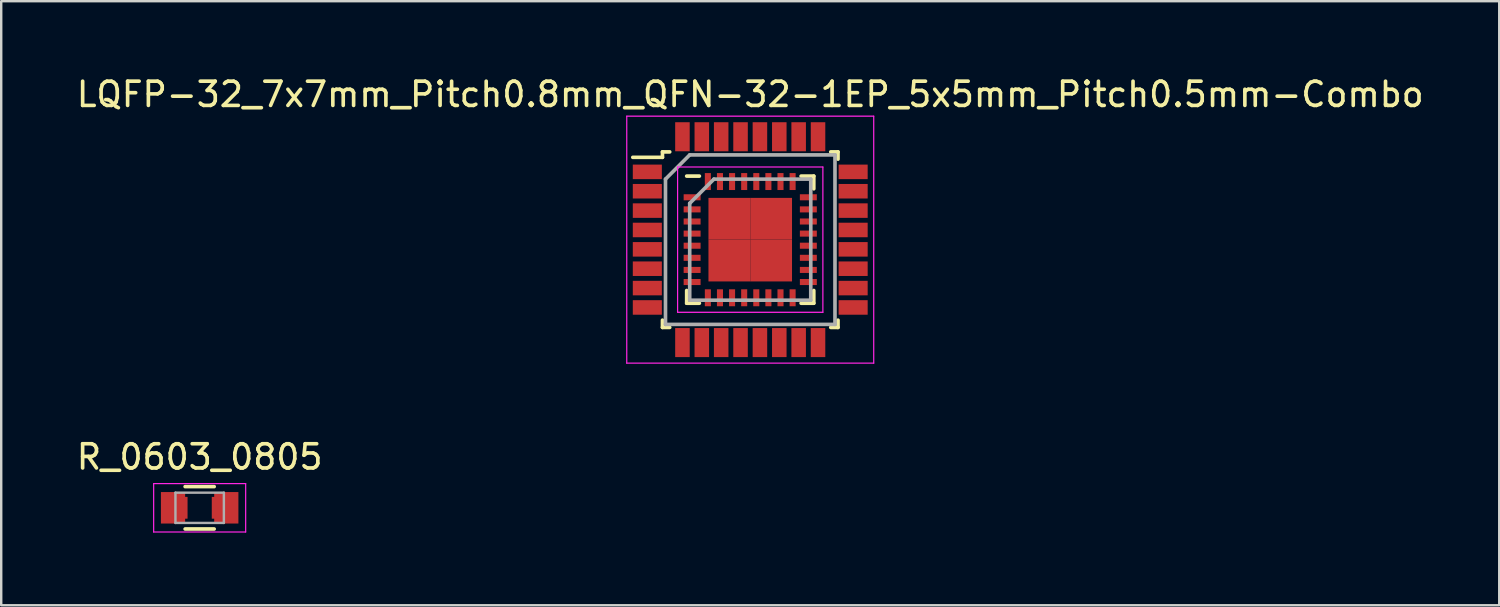
<source format=kicad_pcb>
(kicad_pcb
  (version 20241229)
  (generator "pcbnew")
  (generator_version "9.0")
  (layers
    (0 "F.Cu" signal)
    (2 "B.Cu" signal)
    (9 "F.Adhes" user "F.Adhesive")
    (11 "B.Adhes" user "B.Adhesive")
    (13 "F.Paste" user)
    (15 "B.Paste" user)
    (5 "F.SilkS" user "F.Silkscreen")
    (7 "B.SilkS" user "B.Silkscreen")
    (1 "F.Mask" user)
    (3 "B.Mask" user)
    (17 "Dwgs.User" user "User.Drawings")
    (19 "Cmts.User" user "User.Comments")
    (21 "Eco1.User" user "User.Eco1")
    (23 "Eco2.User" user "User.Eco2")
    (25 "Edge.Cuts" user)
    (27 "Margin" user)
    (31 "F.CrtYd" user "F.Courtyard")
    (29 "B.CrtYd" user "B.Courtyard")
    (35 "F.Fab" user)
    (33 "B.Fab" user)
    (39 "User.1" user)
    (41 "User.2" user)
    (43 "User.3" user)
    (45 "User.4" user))
  (footprint "LQFP-32_7x7mm_Pitch0.8mm_QFN-32-1EP_5x5mm_Pitch0.5mm-Combo"
    (layer "F.Cu")
    (at 27.935 6.848)
    (property "Reference" "LQFP-32_7x7mm_Pitch0.8mm_QFN-32-1EP_5x5mm_Pitch0.5mm-Combo" (at 0 -6 0) (layer "F.SilkS") (effects (font (size 1 1) (thickness 0.15))))
    (attr smd)
    (fp_line (start -3.625 -3.625) (end -3.625 -3.4) (stroke (width 0.15) (type solid)) (layer "F.SilkS"))
    (fp_line (start -3.625 -3.625) (end -3.325 -3.625) (stroke (width 0.15) (type solid)) (layer "F.SilkS"))
    (fp_line (start -3.625 -3.4) (end -4.85 -3.4) (stroke (width 0.15) (type solid)) (layer "F.SilkS"))
    (fp_line (start -3.625 3.625) (end -3.625 3.325) (stroke (width 0.15) (type solid)) (layer "F.SilkS"))
    (fp_line (start -3.625 3.625) (end -3.325 3.625) (stroke (width 0.15) (type solid)) (layer "F.SilkS"))
    (fp_line (start -2.625 -2.625) (end -2.1 -2.625) (stroke (width 0.15) (type solid)) (layer "F.SilkS"))
    (fp_line (start -2.625 2.625) (end -2.625 2.1) (stroke (width 0.15) (type solid)) (layer "F.SilkS"))
    (fp_line (start -2.625 2.625) (end -2.1 2.625) (stroke (width 0.15) (type solid)) (layer "F.SilkS"))
    (fp_line (start 2.625 -2.625) (end 2.1 -2.625) (stroke (width 0.15) (type solid)) (layer "F.SilkS"))
    (fp_line (start 2.625 -2.625) (end 2.625 -2.1) (stroke (width 0.15) (type solid)) (layer "F.SilkS"))
    (fp_line (start 2.625 2.625) (end 2.1 2.625) (stroke (width 0.15) (type solid)) (layer "F.SilkS"))
    (fp_line (start 2.625 2.625) (end 2.625 2.1) (stroke (width 0.15) (type solid)) (layer "F.SilkS"))
    (fp_line (start 3.625 -3.625) (end 3.325 -3.625) (stroke (width 0.15) (type solid)) (layer "F.SilkS"))
    (fp_line (start 3.625 -3.625) (end 3.625 -3.325) (stroke (width 0.15) (type solid)) (layer "F.SilkS"))
    (fp_line (start 3.625 3.625) (end 3.325 3.625) (stroke (width 0.15) (type solid)) (layer "F.SilkS"))
    (fp_line (start 3.625 3.625) (end 3.625 3.325) (stroke (width 0.15) (type solid)) (layer "F.SilkS"))
    (fp_line (start -5.1 -5.1) (end -5.1 5.1) (stroke (width 0.05) (type solid)) (layer "F.CrtYd"))
    (fp_line (start -5.1 -5.1) (end 5.1 -5.1) (stroke (width 0.05) (type solid)) (layer "F.CrtYd"))
    (fp_line (start -5.1 5.1) (end 5.1 5.1) (stroke (width 0.05) (type solid)) (layer "F.CrtYd"))
    (fp_line (start -3 -3) (end -3 3) (stroke (width 0.05) (type solid)) (layer "F.CrtYd"))
    (fp_line (start -3 -3) (end 3 -3) (stroke (width 0.05) (type solid)) (layer "F.CrtYd"))
    (fp_line (start -3 3) (end 3 3) (stroke (width 0.05) (type solid)) (layer "F.CrtYd"))
    (fp_line (start 3 -3) (end 3 3) (stroke (width 0.05) (type solid)) (layer "F.CrtYd"))
    (fp_line (start 5.1 -5.1) (end 5.1 5.1) (stroke (width 0.05) (type solid)) (layer "F.CrtYd"))
    (fp_line (start -3.5 -2.5) (end -2.5 -3.5) (stroke (width 0.15) (type solid)) (layer "F.Fab"))
    (fp_line (start -3.5 3.5) (end -3.5 -2.5) (stroke (width 0.15) (type solid)) (layer "F.Fab"))
    (fp_line (start -2.5 -3.5) (end 3.5 -3.5) (stroke (width 0.15) (type solid)) (layer "F.Fab"))
    (fp_line (start -2.5 -1.5) (end -1.5 -2.5) (stroke (width 0.15) (type solid)) (layer "F.Fab"))
    (fp_line (start -2.5 2.5) (end -2.5 -1.5) (stroke (width 0.15) (type solid)) (layer "F.Fab"))
    (fp_line (start -1.5 -2.5) (end 2.5 -2.5) (stroke (width 0.15) (type solid)) (layer "F.Fab"))
    (fp_line (start 2.5 -2.5) (end 2.5 2.5) (stroke (width 0.15) (type solid)) (layer "F.Fab"))
    (fp_line (start 2.5 2.5) (end -2.5 2.5) (stroke (width 0.15) (type solid)) (layer "F.Fab"))
    (fp_line (start 3.5 -3.5) (end 3.5 3.5) (stroke (width 0.15) (type solid)) (layer "F.Fab"))
    (fp_line (start 3.5 3.5) (end -3.5 3.5) (stroke (width 0.15) (type solid)) (layer "F.Fab"))
    (pad "1" smd rect (at -4.25 -2.8) (size 1.2 0.6) (layers "F.Cu" "F.Mask" "F.Paste"))
    (pad "1" smd rect (at -2.4 -1.75) (size 0.7 0.25) (layers "F.Cu" "F.Mask" "F.Paste"))
    (pad "2" smd rect (at -4.25 -2) (size 1.2 0.6) (layers "F.Cu" "F.Mask" "F.Paste"))
    (pad "2" smd rect (at -2.4 -1.25) (size 0.7 0.25) (layers "F.Cu" "F.Mask" "F.Paste"))
    (pad "3" smd rect (at -4.25 -1.2) (size 1.2 0.6) (layers "F.Cu" "F.Mask" "F.Paste"))
    (pad "3" smd rect (at -2.4 -0.75) (size 0.7 0.25) (layers "F.Cu" "F.Mask" "F.Paste"))
    (pad "4" smd rect (at -4.25 -0.4) (size 1.2 0.6) (layers "F.Cu" "F.Mask" "F.Paste"))
    (pad "4" smd rect (at -2.4 -0.25) (size 0.7 0.25) (layers "F.Cu" "F.Mask" "F.Paste"))
    (pad "5" smd rect (at -4.25 0.4) (size 1.2 0.6) (layers "F.Cu" "F.Mask" "F.Paste"))
    (pad "5" smd rect (at -2.4 0.25) (size 0.7 0.25) (layers "F.Cu" "F.Mask" "F.Paste"))
    (pad "6" smd rect (at -4.25 1.2) (size 1.2 0.6) (layers "F.Cu" "F.Mask" "F.Paste"))
    (pad "6" smd rect (at -2.4 0.75) (size 0.7 0.25) (layers "F.Cu" "F.Mask" "F.Paste"))
    (pad "7" smd rect (at -4.25 2) (size 1.2 0.6) (layers "F.Cu" "F.Mask" "F.Paste"))
    (pad "7" smd rect (at -2.4 1.25) (size 0.7 0.25) (layers "F.Cu" "F.Mask" "F.Paste"))
    (pad "8" smd rect (at -4.25 2.8) (size 1.2 0.6) (layers "F.Cu" "F.Mask" "F.Paste"))
    (pad "8" smd rect (at -2.4 1.75) (size 0.7 0.25) (layers "F.Cu" "F.Mask" "F.Paste"))
    (pad "9" smd rect (at -2.8 4.25 90) (size 1.2 0.6) (layers "F.Cu" "F.Mask" "F.Paste"))
    (pad "9" smd rect (at -1.75 2.4 90) (size 0.7 0.25) (layers "F.Cu" "F.Mask" "F.Paste"))
    (pad "10" smd rect (at -2 4.25 90) (size 1.2 0.6) (layers "F.Cu" "F.Mask" "F.Paste"))
    (pad "10" smd rect (at -1.25 2.4 90) (size 0.7 0.25) (layers "F.Cu" "F.Mask" "F.Paste"))
    (pad "11" smd rect (at -1.2 4.25 90) (size 1.2 0.6) (layers "F.Cu" "F.Mask" "F.Paste"))
    (pad "11" smd rect (at -0.75 2.4 90) (size 0.7 0.25) (layers "F.Cu" "F.Mask" "F.Paste"))
    (pad "12" smd rect (at -0.4 4.25 90) (size 1.2 0.6) (layers "F.Cu" "F.Mask" "F.Paste"))
    (pad "12" smd rect (at -0.25 2.4 90) (size 0.7 0.25) (layers "F.Cu" "F.Mask" "F.Paste"))
    (pad "13" smd rect (at 0.25 2.4 90) (size 0.7 0.25) (layers "F.Cu" "F.Mask" "F.Paste"))
    (pad "13" smd rect (at 0.4 4.25 90) (size 1.2 0.6) (layers "F.Cu" "F.Mask" "F.Paste"))
    (pad "14" smd rect (at 0.75 2.4 90) (size 0.7 0.25) (layers "F.Cu" "F.Mask" "F.Paste"))
    (pad "14" smd rect (at 1.2 4.25 90) (size 1.2 0.6) (layers "F.Cu" "F.Mask" "F.Paste"))
    (pad "15" smd rect (at 1.25 2.4 90) (size 0.7 0.25) (layers "F.Cu" "F.Mask" "F.Paste"))
    (pad "15" smd rect (at 2 4.25 90) (size 1.2 0.6) (layers "F.Cu" "F.Mask" "F.Paste"))
    (pad "16" smd rect (at 1.75 2.4 90) (size 0.7 0.25) (layers "F.Cu" "F.Mask" "F.Paste"))
    (pad "16" smd rect (at 2.8 4.25 90) (size 1.2 0.6) (layers "F.Cu" "F.Mask" "F.Paste"))
    (pad "17" smd rect (at 2.4 1.75) (size 0.7 0.25) (layers "F.Cu" "F.Mask" "F.Paste"))
    (pad "17" smd rect (at 4.25 2.8) (size 1.2 0.6) (layers "F.Cu" "F.Mask" "F.Paste"))
    (pad "18" smd rect (at 2.4 1.25) (size 0.7 0.25) (layers "F.Cu" "F.Mask" "F.Paste"))
    (pad "18" smd rect (at 4.25 2) (size 1.2 0.6) (layers "F.Cu" "F.Mask" "F.Paste"))
    (pad "19" smd rect (at 2.4 0.75) (size 0.7 0.25) (layers "F.Cu" "F.Mask" "F.Paste"))
    (pad "19" smd rect (at 4.25 1.2) (size 1.2 0.6) (layers "F.Cu" "F.Mask" "F.Paste"))
    (pad "20" smd rect (at 2.4 0.25) (size 0.7 0.25) (layers "F.Cu" "F.Mask" "F.Paste"))
    (pad "20" smd rect (at 4.25 0.4) (size 1.2 0.6) (layers "F.Cu" "F.Mask" "F.Paste"))
    (pad "21" smd rect (at 2.4 -0.25) (size 0.7 0.25) (layers "F.Cu" "F.Mask" "F.Paste"))
    (pad "21" smd rect (at 4.25 -0.4) (size 1.2 0.6) (layers "F.Cu" "F.Mask" "F.Paste"))
    (pad "22" smd rect (at 2.4 -0.75) (size 0.7 0.25) (layers "F.Cu" "F.Mask" "F.Paste"))
    (pad "22" smd rect (at 4.25 -1.2) (size 1.2 0.6) (layers "F.Cu" "F.Mask" "F.Paste"))
    (pad "23" smd rect (at 2.4 -1.25) (size 0.7 0.25) (layers "F.Cu" "F.Mask" "F.Paste"))
    (pad "23" smd rect (at 4.25 -2) (size 1.2 0.6) (layers "F.Cu" "F.Mask" "F.Paste"))
    (pad "24" smd rect (at 2.4 -1.75) (size 0.7 0.25) (layers "F.Cu" "F.Mask" "F.Paste"))
    (pad "24" smd rect (at 4.25 -2.8) (size 1.2 0.6) (layers "F.Cu" "F.Mask" "F.Paste"))
    (pad "25" smd rect (at 1.75 -2.4 90) (size 0.7 0.25) (layers "F.Cu" "F.Mask" "F.Paste"))
    (pad "25" smd rect (at 2.8 -4.25 90) (size 1.2 0.6) (layers "F.Cu" "F.Mask" "F.Paste"))
    (pad "26" smd rect (at 1.25 -2.4 90) (size 0.7 0.25) (layers "F.Cu" "F.Mask" "F.Paste"))
    (pad "26" smd rect (at 2 -4.25 90) (size 1.2 0.6) (layers "F.Cu" "F.Mask" "F.Paste"))
    (pad "27" smd rect (at 0.75 -2.4 90) (size 0.7 0.25) (layers "F.Cu" "F.Mask" "F.Paste"))
    (pad "27" smd rect (at 1.2 -4.25 90) (size 1.2 0.6) (layers "F.Cu" "F.Mask" "F.Paste"))
    (pad "28" smd rect (at 0.25 -2.4 90) (size 0.7 0.25) (layers "F.Cu" "F.Mask" "F.Paste"))
    (pad "28" smd rect (at 0.4 -4.25 90) (size 1.2 0.6) (layers "F.Cu" "F.Mask" "F.Paste"))
    (pad "29" smd rect (at -0.4 -4.25 90) (size 1.2 0.6) (layers "F.Cu" "F.Mask" "F.Paste"))
    (pad "29" smd rect (at -0.25 -2.4 90) (size 0.7 0.25) (layers "F.Cu" "F.Mask" "F.Paste"))
    (pad "30" smd rect (at -1.2 -4.25 90) (size 1.2 0.6) (layers "F.Cu" "F.Mask" "F.Paste"))
    (pad "30" smd rect (at -0.75 -2.4 90) (size 0.7 0.25) (layers "F.Cu" "F.Mask" "F.Paste"))
    (pad "31" smd rect (at -2 -4.25 90) (size 1.2 0.6) (layers "F.Cu" "F.Mask" "F.Paste"))
    (pad "31" smd rect (at -1.25 -2.4 90) (size 0.7 0.25) (layers "F.Cu" "F.Mask" "F.Paste"))
    (pad "32" smd rect (at -2.8 -4.25 90) (size 1.2 0.6) (layers "F.Cu" "F.Mask" "F.Paste"))
    (pad "32" smd rect (at -1.75 -2.4 90) (size 0.7 0.25) (layers "F.Cu" "F.Mask" "F.Paste"))
    (pad "33" smd rect (at -0.863 -0.863) (size 1.725 1.725) (layers "F.Cu" "F.Mask" "F.Paste"))
    (pad "33" smd rect (at -0.863 0.863) (size 1.725 1.725) (layers "F.Cu" "F.Mask" "F.Paste"))
    (pad "33" smd rect (at 0.863 -0.863) (size 1.725 1.725) (layers "F.Cu" "F.Mask" "F.Paste"))
    (pad "33" smd rect (at 0.863 0.863) (size 1.725 1.725) (layers "F.Cu" "F.Mask" "F.Paste")))
  (footprint "R_0603_0805"
    (layer "F.Cu")
    (at 5.196 17.922)
    (property "Reference" "R_0603_0805" (at 0 -2.1 0) (layer "F.SilkS") (effects (font (size 1 1) (thickness 0.15))))
    (attr smd)
    (fp_line (start -0.6 -0.875) (end 0.6 -0.875) (stroke (width 0.15) (type solid)) (layer "F.SilkS"))
    (fp_line (start 0.6 0.875) (end -0.6 0.875) (stroke (width 0.15) (type solid)) (layer "F.SilkS"))
    (fp_line (start -1.9 -1) (end -1.9 1) (stroke (width 0.05) (type solid)) (layer "F.CrtYd"))
    (fp_line (start -1.9 -1) (end 1.9 -1) (stroke (width 0.05) (type solid)) (layer "F.CrtYd"))
    (fp_line (start -1.9 1) (end 1.9 1) (stroke (width 0.05) (type solid)) (layer "F.CrtYd"))
    (fp_line (start 1.9 -1) (end 1.9 1) (stroke (width 0.05) (type solid)) (layer "F.CrtYd"))
    (fp_line (start -1 -0.625) (end 1 -0.625) (stroke (width 0.1) (type solid)) (layer "F.Fab"))
    (fp_line (start -1 0.625) (end -1 -0.625) (stroke (width 0.1) (type solid)) (layer "F.Fab"))
    (fp_line (start 1 -0.625) (end 1 0.625) (stroke (width 0.1) (type solid)) (layer "F.Fab"))
    (fp_line (start 1 0.625) (end -1 0.625) (stroke (width 0.1) (type solid)) (layer "F.Fab"))
    (pad "1" smd rect (at -1.1 0) (size 1 1.3) (layers "F.Cu" "F.Mask" "F.Paste"))
    (pad "1" smd rect (at -0.75 0) (size 0.5 0.9) (layers "F.Cu" "F.Mask" "F.Paste"))
    (pad "2" smd rect (at 0.75 0) (size 0.5 0.9) (layers "F.Cu" "F.Mask" "F.Paste"))
    (pad "2" smd rect (at 1.1 0) (size 1 1.3) (layers "F.Cu" "F.Mask" "F.Paste")))
  (gr_rect
    (start -3 -3)
    (end 58.869 21.947)
    (stroke (width 0.1) (type default))
    (fill no)
    (layer "Edge.Cuts")))
</source>
